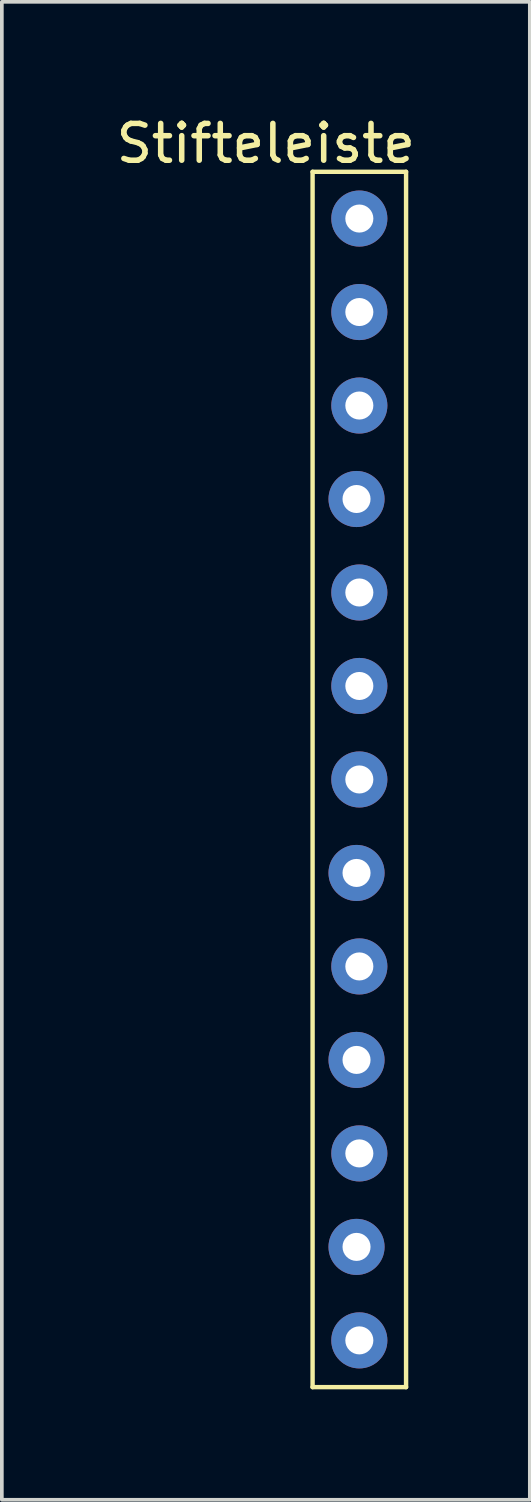
<source format=kicad_pcb>
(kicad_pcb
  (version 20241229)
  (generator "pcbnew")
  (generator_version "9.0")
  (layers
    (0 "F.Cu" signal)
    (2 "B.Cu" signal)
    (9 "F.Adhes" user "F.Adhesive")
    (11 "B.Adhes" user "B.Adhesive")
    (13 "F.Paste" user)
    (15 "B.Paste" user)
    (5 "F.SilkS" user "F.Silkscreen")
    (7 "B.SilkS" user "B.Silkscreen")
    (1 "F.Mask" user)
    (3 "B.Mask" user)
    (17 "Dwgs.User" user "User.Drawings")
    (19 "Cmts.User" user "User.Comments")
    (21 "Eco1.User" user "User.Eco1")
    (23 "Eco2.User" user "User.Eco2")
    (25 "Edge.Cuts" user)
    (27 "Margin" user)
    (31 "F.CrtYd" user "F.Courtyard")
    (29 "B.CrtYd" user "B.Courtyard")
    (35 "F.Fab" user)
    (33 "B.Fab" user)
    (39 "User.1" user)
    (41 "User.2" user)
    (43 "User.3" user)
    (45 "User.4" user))
  (footprint "Stifteleiste"
    (layer "F.Cu")
    (at 4.173 0.348)
    (property "Reference" "Stifteleiste" (at 0 0.5 0) (layer "F.SilkS") (effects (font (size 1 1) (thickness 0.15))))
    (attr through_hole)
    (fp_line (start 1.27 1.27) (end 1.27 34.29) (stroke (width 0.12) (type solid)) (layer "F.SilkS"))
    (fp_line (start 1.27 34.29) (end 3.81 34.29) (stroke (width 0.12) (type solid)) (layer "F.SilkS"))
    (fp_line (start 3.81 1.27) (end 1.27 1.27) (stroke (width 0.12) (type solid)) (layer "F.SilkS"))
    (fp_line (start 3.81 34.29) (end 3.81 1.27) (stroke (width 0.12) (type solid)) (layer "F.SilkS"))
    (pad "1" thru_hole circle (at 2.54 2.54) (size 1.524 1.524) (drill 0.762) (layers "*.Cu" "*.Mask"))
    (pad "2" thru_hole circle (at 2.54 5.08) (size 1.524 1.524) (drill 0.762) (layers "*.Cu" "*.Mask"))
    (pad "3" thru_hole circle (at 2.54 7.62) (size 1.524 1.524) (drill 0.762) (layers "*.Cu" "*.Mask"))
    (pad "4" thru_hole circle (at 2.464 10.16) (size 1.524 1.524) (drill 0.762) (layers "*.Cu" "*.Mask"))
    (pad "5" thru_hole circle (at 2.54 12.7) (size 1.524 1.524) (drill 0.762) (layers "*.Cu" "*.Mask"))
    (pad "6" thru_hole circle (at 2.54 15.24) (size 1.524 1.524) (drill 0.762) (layers "*.Cu" "*.Mask"))
    (pad "7" thru_hole circle (at 2.54 17.78) (size 1.524 1.524) (drill 0.762) (layers "*.Cu" "*.Mask"))
    (pad "8" thru_hole circle (at 2.464 20.32) (size 1.524 1.524) (drill 0.762) (layers "*.Cu" "*.Mask"))
    (pad "9" thru_hole circle (at 2.54 22.86) (size 1.524 1.524) (drill 0.762) (layers "*.Cu" "*.Mask"))
    (pad "10" thru_hole circle (at 2.464 25.4) (size 1.524 1.524) (drill 0.762) (layers "*.Cu" "*.Mask"))
    (pad "11" thru_hole circle (at 2.54 27.94) (size 1.524 1.524) (drill 0.762) (layers "*.Cu" "*.Mask"))
    (pad "12" thru_hole circle (at 2.464 30.48) (size 1.524 1.524) (drill 0.762) (layers "*.Cu" "*.Mask"))
    (pad "13" thru_hole circle (at 2.54 33.02) (size 1.524 1.524) (drill 0.762) (layers "*.Cu" "*.Mask")))
  (gr_rect
    (start -3 -3)
    (end 11.345 37.698)
    (stroke (width 0.1) (type default))
    (fill no)
    (layer "Edge.Cuts")))
</source>
